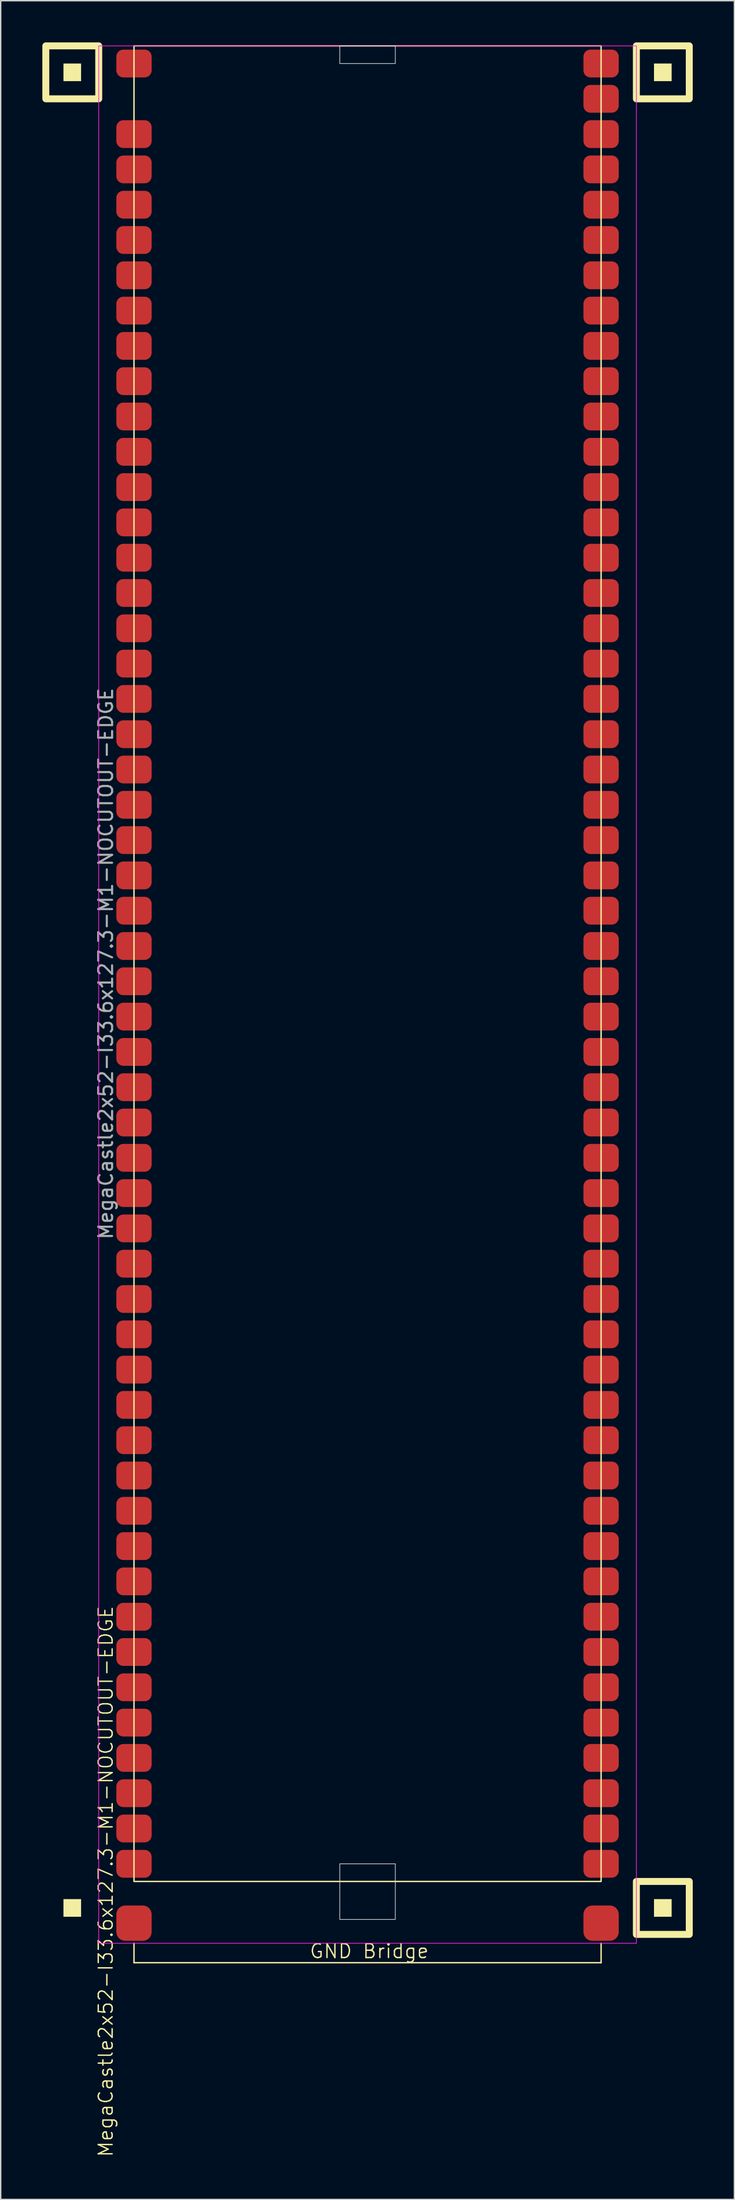
<source format=kicad_pcb>
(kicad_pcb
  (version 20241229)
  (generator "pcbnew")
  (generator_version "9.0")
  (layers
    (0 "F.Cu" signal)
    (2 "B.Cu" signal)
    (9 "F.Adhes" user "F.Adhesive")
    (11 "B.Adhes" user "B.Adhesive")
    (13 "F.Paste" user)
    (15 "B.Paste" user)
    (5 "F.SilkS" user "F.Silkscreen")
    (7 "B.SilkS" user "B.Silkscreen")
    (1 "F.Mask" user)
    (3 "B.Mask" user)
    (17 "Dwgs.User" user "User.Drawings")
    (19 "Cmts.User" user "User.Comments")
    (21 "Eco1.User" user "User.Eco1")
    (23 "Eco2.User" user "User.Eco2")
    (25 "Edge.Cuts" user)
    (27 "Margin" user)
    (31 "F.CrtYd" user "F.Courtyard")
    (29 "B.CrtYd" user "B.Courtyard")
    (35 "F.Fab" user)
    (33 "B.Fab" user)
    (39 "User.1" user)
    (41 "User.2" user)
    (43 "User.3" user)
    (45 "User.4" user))
  (footprint "MegaCastle2x52-I33.6x127.3-M1-NOCUTOUT-EDGE"
    (layer "F.Cu")
    (at 23.42 66.29)
    (property "Reference" "MegaCastle2x52-I33.6x127.3-M1-NOCUTOUT-EDGE" (at -18.852 66.04 90) (unlocked yes) (layer "F.SilkS") (effects (font (size 1 1) (thickness 0.1))))
    (attr smd)
    (fp_line (start -16.82 70.485) (end -16.82 71.885) (stroke (width 0.1) (type default)) (layer "F.SilkS"))
    (fp_line (start -16.82 71.885) (end 16.82 71.885) (stroke (width 0.1) (type default)) (layer "F.SilkS"))
    (fp_line (start 16.82 70.485) (end 16.82 71.885) (stroke (width 0.1) (type default)) (layer "F.SilkS"))
    (fp_rect (start -20.63 -63.5) (end -21.9 -64.77) (stroke (width 0) (type solid)) (fill yes) (layer "F.SilkS"))
    (fp_rect (start -20.63 68.58) (end -21.9 67.31) (stroke (width 0) (type solid)) (fill yes) (layer "F.SilkS"))
    (fp_rect (start -19.36 -62.23) (end -23.17 -66.04) (stroke (width 0.5) (type default)) (fill no) (layer "F.SilkS"))
    (fp_rect (start -16.82 -66.04) (end 16.82 66.04) (stroke (width 0.1) (type default)) (fill no) (layer "F.SilkS"))
    (fp_rect (start 21.9 -63.5) (end 20.63 -64.77) (stroke (width 0) (type solid)) (fill yes) (layer "F.SilkS"))
    (fp_rect (start 21.9 68.58) (end 20.63 67.31) (stroke (width 0) (type solid)) (fill yes) (layer "F.SilkS"))
    (fp_rect (start 23.17 -62.23) (end 19.36 -66.04) (stroke (width 0.5) (type default)) (fill no) (layer "F.SilkS"))
    (fp_rect (start 23.17 69.85) (end 19.36 66.04) (stroke (width 0.5) (type default)) (fill no) (layer "F.SilkS"))
    (fp_rect (start -2 -64.77) (end 2 -66.04) (stroke (width 0.05) (type default)) (fill no) (layer "Edge.Cuts"))
    (fp_rect (start -2 64.77) (end 2 68.77) (stroke (width 0.05) (type default)) (fill no) (layer "Edge.Cuts"))
    (fp_line (start -19.36 -66.04) (end -19.36 70.485) (stroke (width 0.05) (type default)) (layer "F.CrtYd"))
    (fp_line (start -19.36 70.485) (end 19.36 70.485) (stroke (width 0.05) (type default)) (layer "F.CrtYd"))
    (fp_line (start 19.36 -66.04) (end -19.36 -66.04) (stroke (width 0.05) (type default)) (layer "F.CrtYd"))
    (fp_line (start 19.36 -66.04) (end 19.36 70.485) (stroke (width 0.05) (type default)) (layer "F.CrtYd"))
    (fp_text user "GND Bridge" (at -4.226 71.64 0) (unlocked yes) (layer "F.SilkS") (effects (font (size 1 1) (thickness 0.1)) (justify left bottom)))
    (fp_text user "${REFERENCE}" (at -18.852 0 90) (unlocked yes) (layer "F.Fab") (effects (font (size 1 1) (thickness 0.15))))
    (pad "1" smd roundrect (at -16.82 -64.77) (size 2.54 2) (layers "F.Cu" "F.Mask" "F.Paste") (roundrect_rratio 0.25))
    (pad "3" smd roundrect (at -16.82 -59.69) (size 2.54 2) (layers "F.Cu" "F.Mask" "F.Paste") (roundrect_rratio 0.25))
    (pad "4" smd roundrect (at -16.82 -57.15) (size 2.54 2) (layers "F.Cu" "F.Mask" "F.Paste") (roundrect_rratio 0.25))
    (pad "5" smd roundrect (at -16.82 -54.61) (size 2.54 2) (layers "F.Cu" "F.Mask" "F.Paste") (roundrect_rratio 0.25))
    (pad "6" smd roundrect (at -16.82 -52.07) (size 2.54 2) (layers "F.Cu" "F.Mask" "F.Paste") (roundrect_rratio 0.25))
    (pad "7" smd roundrect (at -16.82 -49.53) (size 2.54 2) (layers "F.Cu" "F.Mask" "F.Paste") (roundrect_rratio 0.25))
    (pad "8" smd roundrect (at -16.82 -46.99) (size 2.54 2) (layers "F.Cu" "F.Mask" "F.Paste") (roundrect_rratio 0.25))
    (pad "9" smd roundrect (at -16.82 -44.45) (size 2.54 2) (layers "F.Cu" "F.Mask" "F.Paste") (roundrect_rratio 0.25))
    (pad "10" smd roundrect (at -16.82 -41.91) (size 2.54 2) (layers "F.Cu" "F.Mask" "F.Paste") (roundrect_rratio 0.25))
    (pad "11" smd roundrect (at -16.82 -39.37) (size 2.54 2) (layers "F.Cu" "F.Mask" "F.Paste") (roundrect_rratio 0.25))
    (pad "12" smd roundrect (at -16.82 -36.83) (size 2.54 2) (layers "F.Cu" "F.Mask" "F.Paste") (roundrect_rratio 0.25))
    (pad "13" smd roundrect (at -16.82 -34.29) (size 2.54 2) (layers "F.Cu" "F.Mask" "F.Paste") (roundrect_rratio 0.25))
    (pad "14" smd roundrect (at -16.82 -31.75) (size 2.54 2) (layers "F.Cu" "F.Mask" "F.Paste") (roundrect_rratio 0.25))
    (pad "15" smd roundrect (at -16.82 -29.21) (size 2.54 2) (layers "F.Cu" "F.Mask" "F.Paste") (roundrect_rratio 0.25))
    (pad "16" smd roundrect (at -16.82 -26.67) (size 2.54 2) (layers "F.Cu" "F.Mask" "F.Paste") (roundrect_rratio 0.25))
    (pad "17" smd roundrect (at -16.82 -24.13) (size 2.54 2) (layers "F.Cu" "F.Mask" "F.Paste") (roundrect_rratio 0.25))
    (pad "18" smd roundrect (at -16.82 -21.59) (size 2.54 2) (layers "F.Cu" "F.Mask" "F.Paste") (roundrect_rratio 0.25))
    (pad "19" smd roundrect (at -16.82 -19.05) (size 2.54 2) (layers "F.Cu" "F.Mask" "F.Paste") (roundrect_rratio 0.25))
    (pad "20" smd roundrect (at -16.82 -16.51) (size 2.54 2) (layers "F.Cu" "F.Mask" "F.Paste") (roundrect_rratio 0.25))
    (pad "21" smd roundrect (at -16.82 -13.97) (size 2.54 2) (layers "F.Cu" "F.Mask" "F.Paste") (roundrect_rratio 0.25))
    (pad "22" smd roundrect (at -16.82 -11.43) (size 2.54 2) (layers "F.Cu" "F.Mask" "F.Paste") (roundrect_rratio 0.25))
    (pad "23" smd roundrect (at -16.82 -8.89) (size 2.54 2) (layers "F.Cu" "F.Mask" "F.Paste") (roundrect_rratio 0.25))
    (pad "24" smd roundrect (at -16.82 -6.35) (size 2.54 2) (layers "F.Cu" "F.Mask" "F.Paste") (roundrect_rratio 0.25))
    (pad "25" smd roundrect (at -16.82 -3.81) (size 2.54 2) (layers "F.Cu" "F.Mask" "F.Paste") (roundrect_rratio 0.25))
    (pad "26" smd roundrect (at -16.82 -1.27) (size 2.54 2) (layers "F.Cu" "F.Mask" "F.Paste") (roundrect_rratio 0.25))
    (pad "27" smd roundrect (at -16.82 1.27) (size 2.54 2) (layers "F.Cu" "F.Mask" "F.Paste") (roundrect_rratio 0.25))
    (pad "28" smd roundrect (at -16.82 3.81) (size 2.54 2) (layers "F.Cu" "F.Mask" "F.Paste") (roundrect_rratio 0.25))
    (pad "29" smd roundrect (at -16.82 6.35) (size 2.54 2) (layers "F.Cu" "F.Mask" "F.Paste") (roundrect_rratio 0.25))
    (pad "30" smd roundrect (at -16.82 8.89) (size 2.54 2) (layers "F.Cu" "F.Mask" "F.Paste") (roundrect_rratio 0.25))
    (pad "31" smd roundrect (at -16.82 11.43) (size 2.54 2) (layers "F.Cu" "F.Mask" "F.Paste") (roundrect_rratio 0.25))
    (pad "32" smd roundrect (at -16.82 13.97) (size 2.54 2) (layers "F.Cu" "F.Mask" "F.Paste") (roundrect_rratio 0.25))
    (pad "33" smd roundrect (at -16.82 16.51) (size 2.54 2) (layers "F.Cu" "F.Mask" "F.Paste") (roundrect_rratio 0.25))
    (pad "34" smd roundrect (at -16.82 19.05) (size 2.54 2) (layers "F.Cu" "F.Mask" "F.Paste") (roundrect_rratio 0.25))
    (pad "35" smd roundrect (at -16.82 21.59) (size 2.54 2) (layers "F.Cu" "F.Mask" "F.Paste") (roundrect_rratio 0.25))
    (pad "36" smd roundrect (at -16.82 24.13) (size 2.54 2) (layers "F.Cu" "F.Mask" "F.Paste") (roundrect_rratio 0.25))
    (pad "37" smd roundrect (at -16.82 26.67) (size 2.54 2) (layers "F.Cu" "F.Mask" "F.Paste") (roundrect_rratio 0.25))
    (pad "38" smd roundrect (at -16.82 29.21) (size 2.54 2) (layers "F.Cu" "F.Mask" "F.Paste") (roundrect_rratio 0.25))
    (pad "39" smd roundrect (at -16.82 31.75) (size 2.54 2) (layers "F.Cu" "F.Mask" "F.Paste") (roundrect_rratio 0.25))
    (pad "40" smd roundrect (at -16.82 34.29) (size 2.54 2) (layers "F.Cu" "F.Mask" "F.Paste") (roundrect_rratio 0.25))
    (pad "41" smd roundrect (at -16.82 36.83) (size 2.54 2) (layers "F.Cu" "F.Mask" "F.Paste") (roundrect_rratio 0.25))
    (pad "42" smd roundrect (at -16.82 39.37) (size 2.54 2) (layers "F.Cu" "F.Mask" "F.Paste") (roundrect_rratio 0.25))
    (pad "43" smd roundrect (at -16.82 41.91) (size 2.54 2) (layers "F.Cu" "F.Mask" "F.Paste") (roundrect_rratio 0.25))
    (pad "44" smd roundrect (at -16.82 44.45) (size 2.54 2) (layers "F.Cu" "F.Mask" "F.Paste") (roundrect_rratio 0.25))
    (pad "45" smd roundrect (at -16.82 46.99) (size 2.54 2) (layers "F.Cu" "F.Mask" "F.Paste") (roundrect_rratio 0.25))
    (pad "46" smd roundrect (at -16.82 49.53) (size 2.54 2) (layers "F.Cu" "F.Mask" "F.Paste") (roundrect_rratio 0.25))
    (pad "47" smd roundrect (at -16.82 52.07) (size 2.54 2) (layers "F.Cu" "F.Mask" "F.Paste") (roundrect_rratio 0.25))
    (pad "48" smd roundrect (at -16.82 54.61) (size 2.54 2) (layers "F.Cu" "F.Mask" "F.Paste") (roundrect_rratio 0.25))
    (pad "49" smd roundrect (at -16.82 57.15) (size 2.54 2) (layers "F.Cu" "F.Mask" "F.Paste") (roundrect_rratio 0.25))
    (pad "50" smd roundrect (at -16.82 59.69) (size 2.54 2) (layers "F.Cu" "F.Mask" "F.Paste") (roundrect_rratio 0.25))
    (pad "51" smd roundrect (at -16.82 62.23) (size 2.54 2) (layers "F.Cu" "F.Mask" "F.Paste") (roundrect_rratio 0.25))
    (pad "52" smd roundrect (at -16.82 64.77) (size 2.54 2) (layers "F.Cu" "F.Mask" "F.Paste") (roundrect_rratio 0.25))
    (pad "53" smd roundrect (at 16.82 -64.77) (size 2.54 2) (layers "F.Cu" "F.Mask" "F.Paste") (roundrect_rratio 0.25))
    (pad "54" smd roundrect (at 16.82 -62.23) (size 2.54 2) (layers "F.Cu" "F.Mask" "F.Paste") (roundrect_rratio 0.25))
    (pad "55" smd roundrect (at 16.82 -59.69) (size 2.54 2) (layers "F.Cu" "F.Mask" "F.Paste") (roundrect_rratio 0.25))
    (pad "56" smd roundrect (at 16.82 -57.15) (size 2.54 2) (layers "F.Cu" "F.Mask" "F.Paste") (roundrect_rratio 0.25))
    (pad "57" smd roundrect (at 16.82 -54.61) (size 2.54 2) (layers "F.Cu" "F.Mask" "F.Paste") (roundrect_rratio 0.25))
    (pad "58" smd roundrect (at 16.82 -52.07) (size 2.54 2) (layers "F.Cu" "F.Mask" "F.Paste") (roundrect_rratio 0.25))
    (pad "59" smd roundrect (at 16.82 -49.53) (size 2.54 2) (layers "F.Cu" "F.Mask" "F.Paste") (roundrect_rratio 0.25))
    (pad "60" smd roundrect (at 16.82 -46.99) (size 2.54 2) (layers "F.Cu" "F.Mask" "F.Paste") (roundrect_rratio 0.25))
    (pad "61" smd roundrect (at 16.82 -44.45) (size 2.54 2) (layers "F.Cu" "F.Mask" "F.Paste") (roundrect_rratio 0.25))
    (pad "62" smd roundrect (at 16.82 -41.91) (size 2.54 2) (layers "F.Cu" "F.Mask" "F.Paste") (roundrect_rratio 0.25))
    (pad "63" smd roundrect (at 16.82 -39.37) (size 2.54 2) (layers "F.Cu" "F.Mask" "F.Paste") (roundrect_rratio 0.25))
    (pad "64" smd roundrect (at 16.82 -36.83) (size 2.54 2) (layers "F.Cu" "F.Mask" "F.Paste") (roundrect_rratio 0.25))
    (pad "65" smd roundrect (at 16.82 -34.29) (size 2.54 2) (layers "F.Cu" "F.Mask" "F.Paste") (roundrect_rratio 0.25))
    (pad "66" smd roundrect (at 16.82 -31.75) (size 2.54 2) (layers "F.Cu" "F.Mask" "F.Paste") (roundrect_rratio 0.25))
    (pad "67" smd roundrect (at 16.82 -29.21) (size 2.54 2) (layers "F.Cu" "F.Mask" "F.Paste") (roundrect_rratio 0.25))
    (pad "68" smd roundrect (at 16.82 -26.67) (size 2.54 2) (layers "F.Cu" "F.Mask" "F.Paste") (roundrect_rratio 0.25))
    (pad "69" smd roundrect (at 16.82 -24.13) (size 2.54 2) (layers "F.Cu" "F.Mask" "F.Paste") (roundrect_rratio 0.25))
    (pad "70" smd roundrect (at 16.82 -21.59) (size 2.54 2) (layers "F.Cu" "F.Mask" "F.Paste") (roundrect_rratio 0.25))
    (pad "71" smd roundrect (at 16.82 -19.05) (size 2.54 2) (layers "F.Cu" "F.Mask" "F.Paste") (roundrect_rratio 0.25))
    (pad "72" smd roundrect (at 16.82 -16.51) (size 2.54 2) (layers "F.Cu" "F.Mask" "F.Paste") (roundrect_rratio 0.25))
    (pad "73" smd roundrect (at 16.82 -13.97) (size 2.54 2) (layers "F.Cu" "F.Mask" "F.Paste") (roundrect_rratio 0.25))
    (pad "74" smd roundrect (at 16.82 -11.43) (size 2.54 2) (layers "F.Cu" "F.Mask" "F.Paste") (roundrect_rratio 0.25))
    (pad "75" smd roundrect (at 16.82 -8.89) (size 2.54 2) (layers "F.Cu" "F.Mask" "F.Paste") (roundrect_rratio 0.25))
    (pad "76" smd roundrect (at 16.82 -6.35) (size 2.54 2) (layers "F.Cu" "F.Mask" "F.Paste") (roundrect_rratio 0.25))
    (pad "77" smd roundrect (at 16.82 -3.81) (size 2.54 2) (layers "F.Cu" "F.Mask" "F.Paste") (roundrect_rratio 0.25))
    (pad "78" smd roundrect (at 16.82 -1.27) (size 2.54 2) (layers "F.Cu" "F.Mask" "F.Paste") (roundrect_rratio 0.25))
    (pad "79" smd roundrect (at 16.82 1.27) (size 2.54 2) (layers "F.Cu" "F.Mask" "F.Paste") (roundrect_rratio 0.25))
    (pad "80" smd roundrect (at 16.82 3.81) (size 2.54 2) (layers "F.Cu" "F.Mask" "F.Paste") (roundrect_rratio 0.25))
    (pad "81" smd roundrect (at 16.82 6.35) (size 2.54 2) (layers "F.Cu" "F.Mask" "F.Paste") (roundrect_rratio 0.25))
    (pad "82" smd roundrect (at 16.82 8.89) (size 2.54 2) (layers "F.Cu" "F.Mask" "F.Paste") (roundrect_rratio 0.25))
    (pad "83" smd roundrect (at 16.82 11.43) (size 2.54 2) (layers "F.Cu" "F.Mask" "F.Paste") (roundrect_rratio 0.25))
    (pad "84" smd roundrect (at 16.82 13.97) (size 2.54 2) (layers "F.Cu" "F.Mask" "F.Paste") (roundrect_rratio 0.25))
    (pad "85" smd roundrect (at 16.82 16.51) (size 2.54 2) (layers "F.Cu" "F.Mask" "F.Paste") (roundrect_rratio 0.25))
    (pad "86" smd roundrect (at 16.82 19.05) (size 2.54 2) (layers "F.Cu" "F.Mask" "F.Paste") (roundrect_rratio 0.25))
    (pad "87" smd roundrect (at 16.82 21.59) (size 2.54 2) (layers "F.Cu" "F.Mask" "F.Paste") (roundrect_rratio 0.25))
    (pad "88" smd roundrect (at 16.82 24.13) (size 2.54 2) (layers "F.Cu" "F.Mask" "F.Paste") (roundrect_rratio 0.25))
    (pad "89" smd roundrect (at 16.82 26.67) (size 2.54 2) (layers "F.Cu" "F.Mask" "F.Paste") (roundrect_rratio 0.25))
    (pad "90" smd roundrect (at 16.82 29.21) (size 2.54 2) (layers "F.Cu" "F.Mask" "F.Paste") (roundrect_rratio 0.25))
    (pad "91" smd roundrect (at 16.82 31.75) (size 2.54 2) (layers "F.Cu" "F.Mask" "F.Paste") (roundrect_rratio 0.25))
    (pad "92" smd roundrect (at 16.82 34.29) (size 2.54 2) (layers "F.Cu" "F.Mask" "F.Paste") (roundrect_rratio 0.25))
    (pad "93" smd roundrect (at 16.82 36.83) (size 2.54 2) (layers "F.Cu" "F.Mask" "F.Paste") (roundrect_rratio 0.25))
    (pad "94" smd roundrect (at 16.82 39.37) (size 2.54 2) (layers "F.Cu" "F.Mask" "F.Paste") (roundrect_rratio 0.25))
    (pad "95" smd roundrect (at 16.82 41.91) (size 2.54 2) (layers "F.Cu" "F.Mask" "F.Paste") (roundrect_rratio 0.25))
    (pad "96" smd roundrect (at 16.82 44.45) (size 2.54 2) (layers "F.Cu" "F.Mask" "F.Paste") (roundrect_rratio 0.25))
    (pad "97" smd roundrect (at 16.82 46.99) (size 2.54 2) (layers "F.Cu" "F.Mask" "F.Paste") (roundrect_rratio 0.25))
    (pad "98" smd roundrect (at 16.82 49.53) (size 2.54 2) (layers "F.Cu" "F.Mask" "F.Paste") (roundrect_rratio 0.25))
    (pad "99" smd roundrect (at 16.82 52.07) (size 2.54 2) (layers "F.Cu" "F.Mask" "F.Paste") (roundrect_rratio 0.25))
    (pad "100" smd roundrect (at 16.82 54.61) (size 2.54 2) (layers "F.Cu" "F.Mask" "F.Paste") (roundrect_rratio 0.25))
    (pad "101" smd roundrect (at 16.82 57.15) (size 2.54 2) (layers "F.Cu" "F.Mask" "F.Paste") (roundrect_rratio 0.25))
    (pad "102" smd roundrect (at 16.82 59.69) (size 2.54 2) (layers "F.Cu" "F.Mask" "F.Paste") (roundrect_rratio 0.25))
    (pad "103" smd roundrect (at 16.82 62.23) (size 2.54 2) (layers "F.Cu" "F.Mask" "F.Paste") (roundrect_rratio 0.25))
    (pad "104" smd roundrect (at 16.82 64.77) (size 2.54 2) (layers "F.Cu" "F.Mask" "F.Paste") (roundrect_rratio 0.25))
    (pad "B1" smd roundrect (at -16.82 69.04) (size 2.54 2.54) (layers "F.Cu" "F.Mask" "F.Paste") (roundrect_rratio 0.25))
    (pad "B2" smd roundrect (at 16.82 69.04) (size 2.54 2.54) (layers "F.Cu" "F.Mask" "F.Paste") (roundrect_rratio 0.25)))
  (gr_rect
    (start -3 -3)
    (end 49.84 155.213)
    (stroke (width 0.1) (type default))
    (fill no)
    (layer "Edge.Cuts")))
</source>
